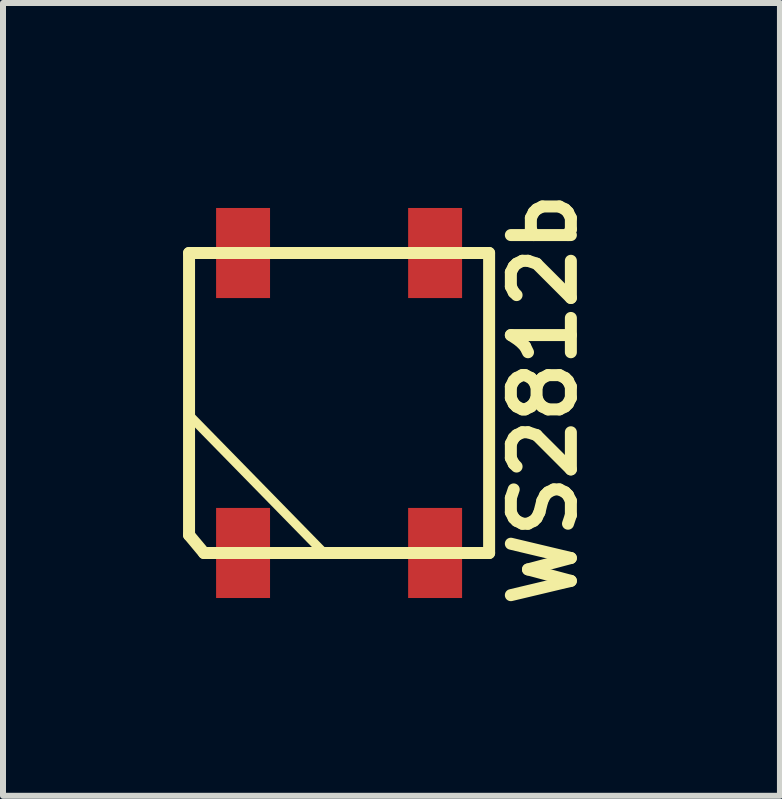
<source format=kicad_pcb>
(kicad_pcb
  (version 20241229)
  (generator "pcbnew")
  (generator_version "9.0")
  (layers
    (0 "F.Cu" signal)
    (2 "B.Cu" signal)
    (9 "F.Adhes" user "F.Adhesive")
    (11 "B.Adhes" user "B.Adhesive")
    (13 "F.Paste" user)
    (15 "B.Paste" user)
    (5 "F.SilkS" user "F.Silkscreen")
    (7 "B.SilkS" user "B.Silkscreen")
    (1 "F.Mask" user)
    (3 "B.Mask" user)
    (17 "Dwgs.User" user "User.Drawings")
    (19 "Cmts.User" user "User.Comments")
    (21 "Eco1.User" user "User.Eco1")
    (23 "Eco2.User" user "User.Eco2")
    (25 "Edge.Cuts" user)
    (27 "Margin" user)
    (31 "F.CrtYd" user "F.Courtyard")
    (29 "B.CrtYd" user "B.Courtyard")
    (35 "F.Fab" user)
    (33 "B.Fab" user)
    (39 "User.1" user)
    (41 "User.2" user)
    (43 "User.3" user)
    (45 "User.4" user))
  (footprint "WS2812b"
    (layer "F.Cu")
    (at 2.6 3.665)
    (property "Reference" "WS2812b" (at 3.41 -0.06 270) (layer "F.SilkS") (effects (font (size 1 1) (thickness 0.2))))
    (attr through_hole)
    (fp_line (start -2.5 0.2) (end -0.25 2.5) (stroke (width 0.15) (type solid)) (layer "F.SilkS"))
    (fp_line (start -2.5 2.2) (end -2.5 -2.5) (stroke (width 0.2) (type solid)) (layer "F.SilkS"))
    (fp_line (start -2.5 2.2) (end -2.25 2.5) (stroke (width 0.2) (type solid)) (layer "F.SilkS"))
    (fp_line (start -2.499 -2.499) (end 2.499 -2.499) (stroke (width 0.2) (type solid)) (layer "F.SilkS"))
    (fp_line (start -2.25 2.5) (end 2.5 2.5) (stroke (width 0.2) (type solid)) (layer "F.SilkS"))
    (fp_line (start 2.5 -2.5) (end 2.5 2.5) (stroke (width 0.2) (type solid)) (layer "F.SilkS"))
    (pad "1" smd rect (at 1.6 -2.499) (size 0.899 1.501) (layers "F.Cu" "F.Mask" "F.Paste"))
    (pad "2" smd rect (at -1.6 -2.499) (size 0.899 1.501) (layers "F.Cu" "F.Mask" "F.Paste"))
    (pad "3" smd rect (at -1.6 2.499) (size 0.899 1.501) (layers "F.Cu" "F.Mask" "F.Paste"))
    (pad "4" smd rect (at 1.6 2.499) (size 0.899 1.501) (layers "F.Cu" "F.Mask" "F.Paste")))
  (gr_rect
    (start -3 -3)
    (end 9.946 10.21)
    (stroke (width 0.1) (type default))
    (fill no)
    (layer "Edge.Cuts")))
</source>
